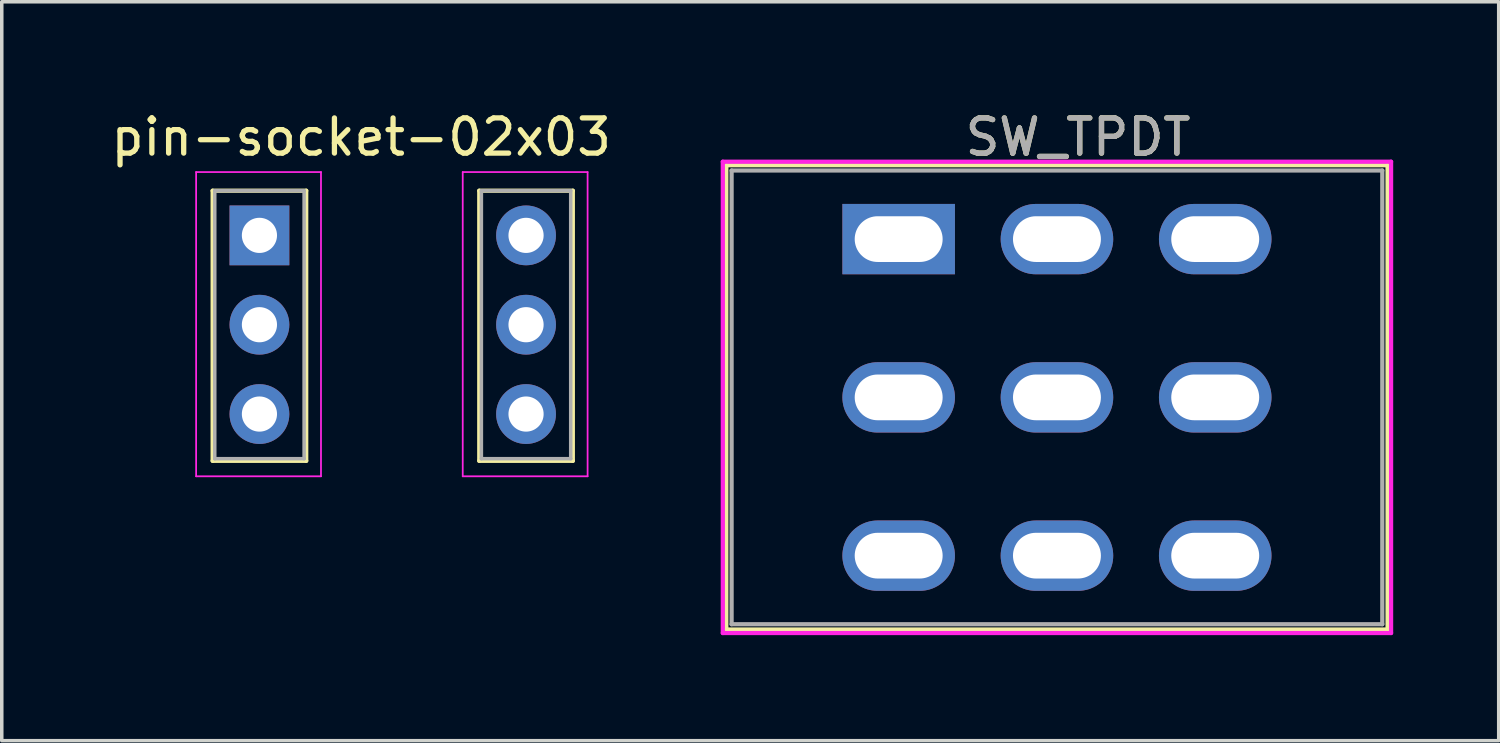
<source format=kicad_pcb>
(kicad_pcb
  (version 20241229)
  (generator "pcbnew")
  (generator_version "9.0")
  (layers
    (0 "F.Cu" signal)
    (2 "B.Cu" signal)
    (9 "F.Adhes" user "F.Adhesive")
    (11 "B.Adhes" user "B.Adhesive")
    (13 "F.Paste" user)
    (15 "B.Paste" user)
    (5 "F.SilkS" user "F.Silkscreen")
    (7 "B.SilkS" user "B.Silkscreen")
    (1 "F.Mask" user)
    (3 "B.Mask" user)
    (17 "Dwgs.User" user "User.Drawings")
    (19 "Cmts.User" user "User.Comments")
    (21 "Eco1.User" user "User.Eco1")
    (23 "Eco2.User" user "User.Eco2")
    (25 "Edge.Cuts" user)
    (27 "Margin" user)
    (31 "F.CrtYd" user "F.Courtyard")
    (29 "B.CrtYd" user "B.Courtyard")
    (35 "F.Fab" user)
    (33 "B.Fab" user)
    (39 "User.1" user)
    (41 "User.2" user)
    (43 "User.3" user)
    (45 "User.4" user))
  (footprint "pin-socket-02x03"
    (layer "F.Cu")
    (at 4.426 3.642)
    (property "Reference" "pin-socket-02x03" (at 2.794 -2.794 0) (layer "F.SilkS") (effects (font (size 1 1) (thickness 0.15))))
    (attr through_hole)
    (fp_line (start -1.43 -1.27) (end -1.43 6.41) (stroke (width 0.12) (type solid)) (layer "F.SilkS"))
    (fp_line (start -1.43 -1.27) (end 1.23 -1.27) (stroke (width 0.12) (type solid)) (layer "F.SilkS"))
    (fp_line (start -1.43 6.41) (end 1.23 6.41) (stroke (width 0.12) (type solid)) (layer "F.SilkS"))
    (fp_line (start 1.23 -1.27) (end 1.23 6.41) (stroke (width 0.12) (type solid)) (layer "F.SilkS"))
    (fp_line (start 6.15 -1.27) (end 6.15 6.41) (stroke (width 0.12) (type solid)) (layer "F.SilkS"))
    (fp_line (start 6.15 -1.27) (end 8.81 -1.27) (stroke (width 0.12) (type solid)) (layer "F.SilkS"))
    (fp_line (start 6.15 6.41) (end 8.81 6.41) (stroke (width 0.12) (type solid)) (layer "F.SilkS"))
    (fp_line (start 8.81 -1.27) (end 8.81 6.41) (stroke (width 0.12) (type solid)) (layer "F.SilkS"))
    (fp_line (start -1.9 -1.8) (end 1.65 -1.8) (stroke (width 0.05) (type solid)) (layer "F.CrtYd"))
    (fp_line (start -1.9 6.85) (end -1.9 -1.8) (stroke (width 0.05) (type solid)) (layer "F.CrtYd"))
    (fp_line (start 1.65 -1.8) (end 1.65 6.85) (stroke (width 0.05) (type solid)) (layer "F.CrtYd"))
    (fp_line (start 1.65 6.85) (end -1.9 6.85) (stroke (width 0.05) (type solid)) (layer "F.CrtYd"))
    (fp_line (start 5.68 -1.8) (end 9.23 -1.8) (stroke (width 0.05) (type solid)) (layer "F.CrtYd"))
    (fp_line (start 5.68 6.85) (end 5.68 -1.8) (stroke (width 0.05) (type solid)) (layer "F.CrtYd"))
    (fp_line (start 9.23 -1.8) (end 9.23 6.85) (stroke (width 0.05) (type solid)) (layer "F.CrtYd"))
    (fp_line (start 9.23 6.85) (end 5.68 6.85) (stroke (width 0.05) (type solid)) (layer "F.CrtYd"))
    (fp_line (start -1.37 -1.27) (end 1.17 -1.27) (stroke (width 0.1) (type solid)) (layer "F.Fab"))
    (fp_line (start -1.37 6.35) (end -1.37 -1.27) (stroke (width 0.1) (type solid)) (layer "F.Fab"))
    (fp_line (start 1.17 -1.27) (end 1.17 6.35) (stroke (width 0.1) (type solid)) (layer "F.Fab"))
    (fp_line (start 1.17 6.35) (end -1.37 6.35) (stroke (width 0.1) (type solid)) (layer "F.Fab"))
    (fp_line (start 6.21 -1.27) (end 8.75 -1.27) (stroke (width 0.1) (type solid)) (layer "F.Fab"))
    (fp_line (start 6.21 6.35) (end 6.21 -1.27) (stroke (width 0.1) (type solid)) (layer "F.Fab"))
    (fp_line (start 8.75 -1.27) (end 8.75 6.35) (stroke (width 0.1) (type solid)) (layer "F.Fab"))
    (fp_line (start 8.75 6.35) (end 6.21 6.35) (stroke (width 0.1) (type solid)) (layer "F.Fab"))
    (pad "1" thru_hole rect (at -0.1 0) (size 1.7 1.7) (drill 1) (layers "*.Cu" "*.Mask"))
    (pad "2" thru_hole oval (at -0.1 2.54) (size 1.7 1.7) (drill 1) (layers "*.Cu" "*.Mask"))
    (pad "3" thru_hole oval (at -0.1 5.08) (size 1.7 1.7) (drill 1) (layers "*.Cu" "*.Mask"))
    (pad "4" thru_hole oval (at 7.48 5.08) (size 1.7 1.7) (drill 1) (layers "*.Cu" "*.Mask"))
    (pad "5" thru_hole oval (at 7.48 2.54) (size 1.7 1.7) (drill 1) (layers "*.Cu" "*.Mask"))
    (pad "6" thru_hole oval (at 7.48 0) (size 1.7 1.7) (drill 1) (layers "*.Cu" "*.Mask")))
  (footprint "SW_TPDT"
    (layer "F.Cu")
    (at 22.5 3.748)
    (property "Reference" "SW_TPDT" (at 5.1 -2.9 0) (layer "F.SilkS") (effects (font (size 1 1) (thickness 0.15))))
    (attr through_hole)
    (fp_line (start -4.9 -2.1) (end 13.9 -2.1) (stroke (width 0.12) (type solid)) (layer "F.SilkS"))
    (fp_line (start -4.9 11.1) (end -4.9 -2.1) (stroke (width 0.12) (type solid)) (layer "F.SilkS"))
    (fp_line (start 13.9 -2.1) (end 13.9 11.1) (stroke (width 0.12) (type solid)) (layer "F.SilkS"))
    (fp_line (start 13.9 11.1) (end -4.9 11.1) (stroke (width 0.12) (type solid)) (layer "F.SilkS"))
    (fp_line (start -5 -2.2) (end 14 -2.2) (stroke (width 0.12) (type solid)) (layer "F.CrtYd"))
    (fp_line (start -5 11.2) (end -5 -2.2) (stroke (width 0.12) (type solid)) (layer "F.CrtYd"))
    (fp_line (start 14 -2.2) (end 14 11.2) (stroke (width 0.12) (type solid)) (layer "F.CrtYd"))
    (fp_line (start 14 11.2) (end -5 11.2) (stroke (width 0.12) (type solid)) (layer "F.CrtYd"))
    (fp_line (start -4.75 -1.95) (end 13.75 -1.95) (stroke (width 0.12) (type solid)) (layer "F.Fab"))
    (fp_line (start -4.75 10.95) (end -4.75 -1.95) (stroke (width 0.12) (type solid)) (layer "F.Fab"))
    (fp_line (start 13.75 -1.95) (end 13.75 10.95) (stroke (width 0.12) (type solid)) (layer "F.Fab"))
    (fp_line (start 13.75 10.95) (end -4.75 10.95) (stroke (width 0.12) (type solid)) (layer "F.Fab"))
    (fp_text user "${REFERENCE}" (at 5.1 -2.9 0) (layer "F.Fab") (effects (font (size 1 1) (thickness 0.15))))
    (pad "1" thru_hole rect (at 0 0) (size 3.2 2) (drill oval 2.5 1.3) (layers "*.Cu" "*.Mask"))
    (pad "2" thru_hole oval (at 0 4.5) (size 3.2 2) (drill oval 2.5 1.3) (layers "*.Cu" "*.Mask"))
    (pad "3" thru_hole oval (at 0 9) (size 3.2 2) (drill oval 2.5 1.3) (layers "*.Cu" "*.Mask"))
    (pad "4" thru_hole oval (at 4.5 0) (size 3.2 2) (drill oval 2.5 1.3) (layers "*.Cu" "*.Mask"))
    (pad "5" thru_hole oval (at 4.5 4.5) (size 3.2 2) (drill oval 2.5 1.3) (layers "*.Cu" "*.Mask"))
    (pad "6" thru_hole oval (at 4.5 9) (size 3.2 2) (drill oval 2.5 1.3) (layers "*.Cu" "*.Mask"))
    (pad "7" thru_hole oval (at 9 0) (size 3.2 2) (drill oval 2.5 1.3) (layers "*.Cu" "*.Mask"))
    (pad "8" thru_hole oval (at 9 4.5) (size 3.2 2) (drill oval 2.5 1.3) (layers "*.Cu" "*.Mask"))
    (pad "9" thru_hole oval (at 9 9) (size 3.2 2) (drill oval 2.5 1.3) (layers "*.Cu" "*.Mask")))
  (gr_rect
    (start -3 -3)
    (end 39.56 18.008)
    (stroke (width 0.1) (type default))
    (fill no)
    (layer "Edge.Cuts")))
</source>
